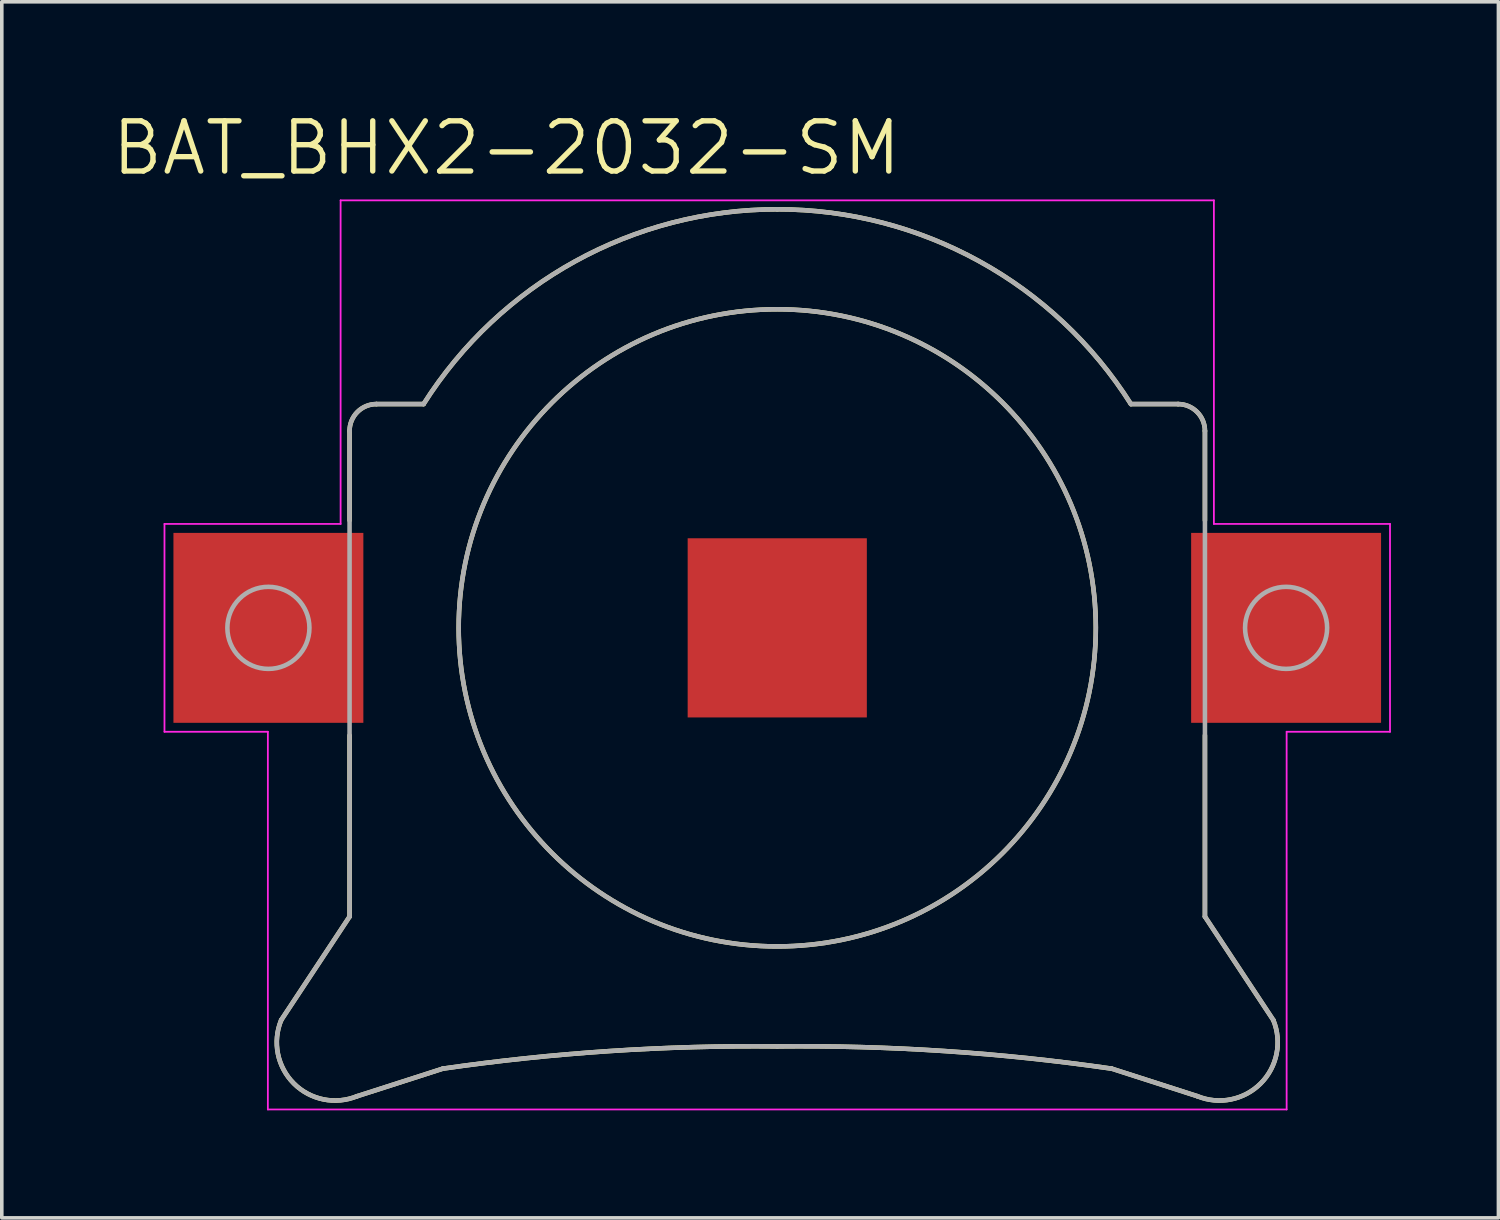
<source format=kicad_pcb>
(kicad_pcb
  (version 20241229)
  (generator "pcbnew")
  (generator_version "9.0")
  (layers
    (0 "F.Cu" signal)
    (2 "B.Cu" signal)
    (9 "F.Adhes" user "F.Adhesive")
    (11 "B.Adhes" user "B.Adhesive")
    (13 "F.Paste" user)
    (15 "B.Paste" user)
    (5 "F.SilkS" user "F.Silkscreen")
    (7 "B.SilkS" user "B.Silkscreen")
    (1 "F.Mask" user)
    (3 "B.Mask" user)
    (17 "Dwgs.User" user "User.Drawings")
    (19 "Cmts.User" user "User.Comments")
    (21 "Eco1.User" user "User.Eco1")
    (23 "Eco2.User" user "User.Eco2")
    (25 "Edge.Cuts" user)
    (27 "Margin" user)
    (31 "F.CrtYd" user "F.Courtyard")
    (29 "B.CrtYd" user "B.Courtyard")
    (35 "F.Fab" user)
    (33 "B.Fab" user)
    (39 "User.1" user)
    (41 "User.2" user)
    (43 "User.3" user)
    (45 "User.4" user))
  (footprint "BAT_BHX2-2032-SM"
    (layer "F.Cu")
    (at 18.64 14.471)
    (property "Reference" "BAT_BHX2-2032-SM" (at -7.555 -13.389 0) (layer "F.SilkS") (effects (font (size 1.4 1.4) (thickness 0.15))))
    (attr smd)
    (fp_line (start -13.844 10.947) (end -11.935 8.058) (stroke (width 0.127) (type solid)) (layer "F.SilkS"))
    (fp_line (start -11.935 -5.495) (end -11.935 -3) (stroke (width 0.127) (type solid)) (layer "F.SilkS"))
    (fp_line (start -11.935 8.058) (end -11.935 3) (stroke (width 0.127) (type solid)) (layer "F.SilkS"))
    (fp_line (start -9.87 -6.245) (end -11.185 -6.245) (stroke (width 0.127) (type solid)) (layer "F.SilkS"))
    (fp_line (start -9.333 12.301) (end -11.722 13.069) (stroke (width 0.127) (type solid)) (layer "F.SilkS"))
    (fp_line (start 9.333 12.301) (end 11.722 13.069) (stroke (width 0.127) (type solid)) (layer "F.SilkS"))
    (fp_line (start 9.87 -6.245) (end 11.185 -6.245) (stroke (width 0.127) (type solid)) (layer "F.SilkS"))
    (fp_line (start 11.935 -5.495) (end 11.935 -3) (stroke (width 0.127) (type solid)) (layer "F.SilkS"))
    (fp_line (start 11.935 8.058) (end 11.935 3) (stroke (width 0.127) (type solid)) (layer "F.SilkS"))
    (fp_line (start 13.844 10.947) (end 11.935 8.058) (stroke (width 0.127) (type solid)) (layer "F.SilkS"))
    (fp_arc (start -11.935 -5.495) (mid -11.71533 -6.02533) (end -11.185 -6.245) (stroke (width 0.127) (type solid)) (layer "F.SilkS"))
    (fp_arc (start -11.722201 13.0686) (mid -13.490032 12.715031) (end -13.8436 10.9472) (stroke (width 0.127) (type solid)) (layer "F.SilkS"))
    (fp_arc (start -9.87 -6.244999) (mid -5.634039 -10.231959) (end 0 -11.68) (stroke (width 0.127) (type solid)) (layer "F.SilkS"))
    (fp_arc (start -9.33315 12.3008) (mid -4.678569 11.810088) (end 0 11.68) (stroke (width 0.127) (type solid)) (layer "F.SilkS"))
    (fp_arc (start 0 -11.68) (mid 5.634039 -10.231959) (end 9.87 -6.244999) (stroke (width 0.127) (type solid)) (layer "F.SilkS"))
    (fp_arc (start 0 11.68) (mid 4.678569 11.810088) (end 9.33315 12.3008) (stroke (width 0.127) (type solid)) (layer "F.SilkS"))
    (fp_arc (start 11.185 -6.245) (mid 11.71533 -6.02533) (end 11.935 -5.495) (stroke (width 0.127) (type solid)) (layer "F.SilkS"))
    (fp_arc (start 13.8436 10.9472) (mid 13.490032 12.715031) (end 11.722201 13.0686) (stroke (width 0.127) (type solid)) (layer "F.SilkS"))
    (fp_circle (center 0 0) (end 8.89 0) (stroke (width 0.127) (type solid)) (fill no) (layer "F.SilkS"))
    (fp_line (start -17.1 -2.9) (end -17.1 2.9) (stroke (width 0.05) (type solid)) (layer "F.CrtYd"))
    (fp_line (start -17.1 2.9) (end -14.215 2.9) (stroke (width 0.05) (type solid)) (layer "F.CrtYd"))
    (fp_line (start -14.215 2.9) (end -14.215 13.44) (stroke (width 0.05) (type solid)) (layer "F.CrtYd"))
    (fp_line (start -14.215 13.44) (end 14.215 13.44) (stroke (width 0.05) (type solid)) (layer "F.CrtYd"))
    (fp_line (start -12.185 -11.93) (end -12.185 -2.9) (stroke (width 0.05) (type solid)) (layer "F.CrtYd"))
    (fp_line (start -12.185 -2.9) (end -17.1 -2.9) (stroke (width 0.05) (type solid)) (layer "F.CrtYd"))
    (fp_line (start 12.185 -11.93) (end -12.185 -11.93) (stroke (width 0.05) (type solid)) (layer "F.CrtYd"))
    (fp_line (start 12.185 -2.9) (end 12.185 -11.93) (stroke (width 0.05) (type solid)) (layer "F.CrtYd"))
    (fp_line (start 14.215 2.9) (end 17.1 2.9) (stroke (width 0.05) (type solid)) (layer "F.CrtYd"))
    (fp_line (start 14.215 13.44) (end 14.215 2.9) (stroke (width 0.05) (type solid)) (layer "F.CrtYd"))
    (fp_line (start 17.1 -2.9) (end 12.185 -2.9) (stroke (width 0.05) (type solid)) (layer "F.CrtYd"))
    (fp_line (start 17.1 2.9) (end 17.1 -2.9) (stroke (width 0.05) (type solid)) (layer "F.CrtYd"))
    (fp_line (start -13.844 10.947) (end -11.935 8.058) (stroke (width 0.127) (type solid)) (layer "F.Fab"))
    (fp_line (start -11.935 -5.495) (end -11.935 8.058) (stroke (width 0.127) (type solid)) (layer "F.Fab"))
    (fp_line (start -9.87 -6.245) (end -11.185 -6.245) (stroke (width 0.127) (type solid)) (layer "F.Fab"))
    (fp_line (start -9.333 12.301) (end -11.722 13.069) (stroke (width 0.127) (type solid)) (layer "F.Fab"))
    (fp_line (start 9.333 12.301) (end 11.722 13.069) (stroke (width 0.127) (type solid)) (layer "F.Fab"))
    (fp_line (start 11.185 -6.245) (end 9.87 -6.245) (stroke (width 0.127) (type solid)) (layer "F.Fab"))
    (fp_line (start 11.935 8.058) (end 11.935 -5.495) (stroke (width 0.127) (type solid)) (layer "F.Fab"))
    (fp_line (start 13.844 10.947) (end 11.935 8.058) (stroke (width 0.127) (type solid)) (layer "F.Fab"))
    (fp_arc (start -11.935 -5.495) (mid -11.71533 -6.02533) (end -11.185 -6.245) (stroke (width 0.127) (type solid)) (layer "F.Fab"))
    (fp_arc (start -11.722201 13.0686) (mid -13.490032 12.715031) (end -13.8436 10.9472) (stroke (width 0.127) (type solid)) (layer "F.Fab"))
    (fp_arc (start -9.87 -6.244999) (mid -5.634039 -10.231959) (end 0 -11.68) (stroke (width 0.127) (type solid)) (layer "F.Fab"))
    (fp_arc (start -9.33315 12.3008) (mid -4.678569 11.810088) (end 0 11.68) (stroke (width 0.127) (type solid)) (layer "F.Fab"))
    (fp_arc (start 0 -11.68) (mid 5.634039 -10.231959) (end 9.87 -6.244999) (stroke (width 0.127) (type solid)) (layer "F.Fab"))
    (fp_arc (start 0 11.68) (mid 4.678569 11.810088) (end 9.33315 12.3008) (stroke (width 0.127) (type solid)) (layer "F.Fab"))
    (fp_arc (start 11.185 -6.245) (mid 11.71533 -6.02533) (end 11.935 -5.495) (stroke (width 0.127) (type solid)) (layer "F.Fab"))
    (fp_arc (start 13.8436 10.9472) (mid 13.490032 12.715031) (end 11.722201 13.0686) (stroke (width 0.127) (type solid)) (layer "F.Fab"))
    (fp_circle (center -14.2 0) (end -13.055 0) (stroke (width 0.127) (type solid)) (fill no) (layer "F.Fab"))
    (fp_circle (center 0 0) (end 8.89 0) (stroke (width 0.127) (type solid)) (fill no) (layer "F.Fab"))
    (fp_circle (center 14.2 0) (end 15.345 0) (stroke (width 0.127) (type solid)) (fill no) (layer "F.Fab"))
    (pad "-" smd rect (at 0 0) (size 5 5) (layers "F.Cu" "F.Mask"))
    (pad "S+1" smd rect (at -14.2 0) (size 5.3 5.3) (layers "F.Cu" "F.Mask" "F.Paste"))
    (pad "S+2" smd rect (at 14.2 0) (size 5.3 5.3) (layers "F.Cu" "F.Mask" "F.Paste")))
  (gr_rect
    (start -3 -3)
    (end 38.765 30.936)
    (stroke (width 0.1) (type default))
    (fill no)
    (layer "Edge.Cuts")))
</source>
